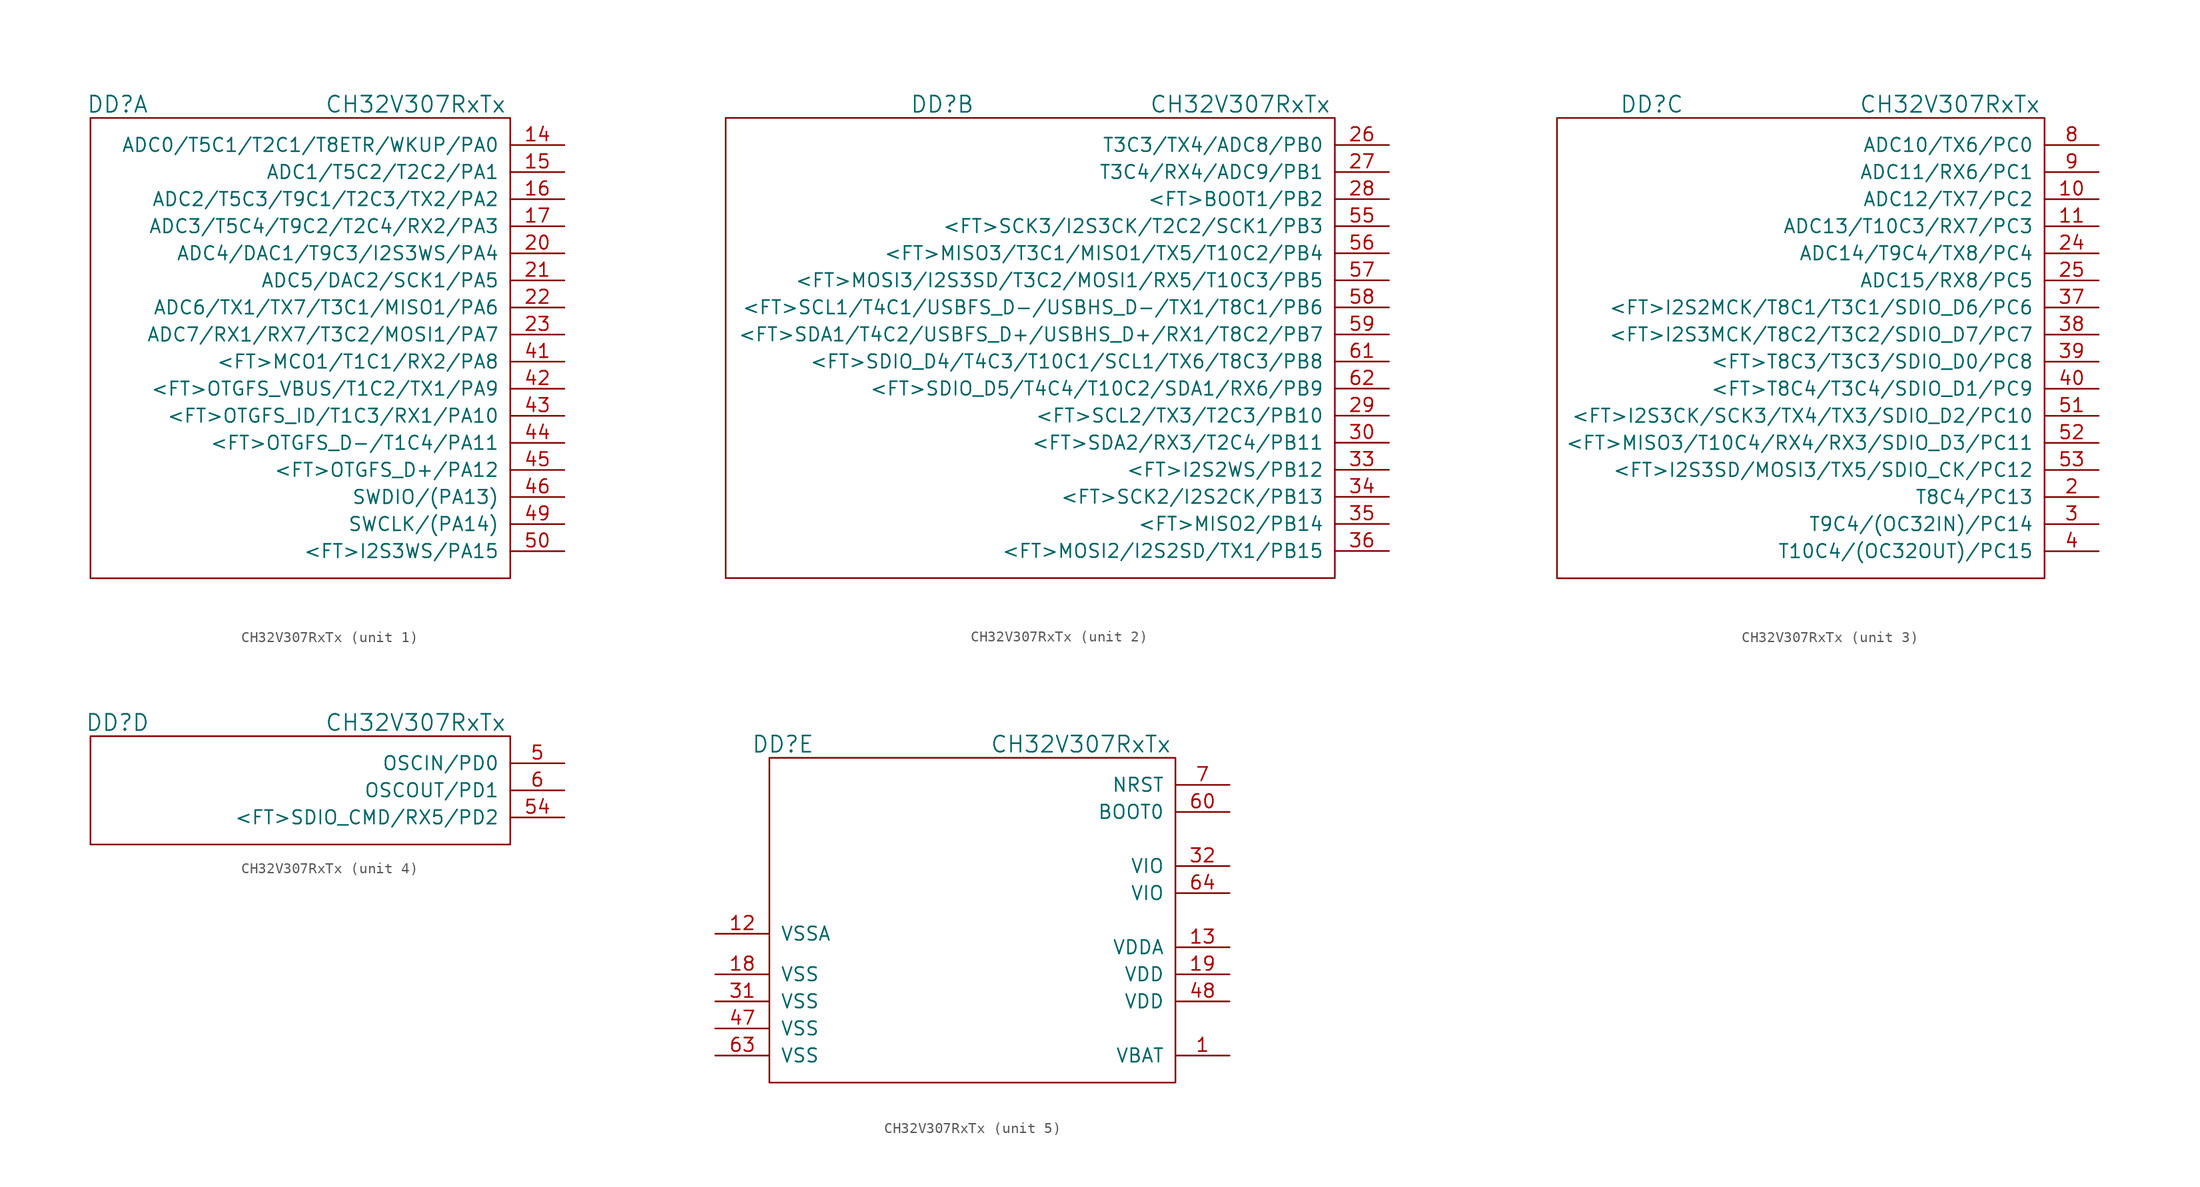
<source format=kicad_sym>
(kicad_symbol_lib
  (version 20220914)
  (generator kicad_symbol_editor)
  (symbol "CH32V307RxTx"
    (pin_names
      (offset 1.016))
    (property "Reference" "DD"
      (at -36.83 22.86 0)
      (effects (font (size 1.524 1.524))))
    (property "Value" "CH32V307RxTx"
      (at -8.89 22.86 0)
      (effects (font (size 1.524 1.524))))
    (property "ki_locked" ""
      (at 0 0 0)
      (effects (font (size 1.27 1.27))))
    (symbol "CH32V307RxTx_1_1"
      (rectangle (start -39.37 21.59) (end 0 -21.59) (stroke (width 0) (type default)) (fill (type none)))
      (pin passive line (at 5.08 19.05 180) (length 5.08) (name "ADC0/T5C1/T2C1/T8ETR/WKUP/PA0" (effects (font (size 1.27 1.27)))) (number "14" (effects (font (size 1.27 1.27)))))
      (pin passive line (at 5.08 16.51 180) (length 5.08) (name "ADC1/T5C2/T2C2/PA1" (effects (font (size 1.27 1.27)))) (number "15" (effects (font (size 1.27 1.27)))))
      (pin passive line (at 5.08 13.97 180) (length 5.08) (name "ADC2/T5C3/T9C1/T2C3/TX2/PA2" (effects (font (size 1.27 1.27)))) (number "16" (effects (font (size 1.27 1.27)))))
      (pin passive line (at 5.08 11.43 180) (length 5.08) (name "ADC3/T5C4/T9C2/T2C4/RX2/PA3" (effects (font (size 1.27 1.27)))) (number "17" (effects (font (size 1.27 1.27)))))
      (pin passive line (at 5.08 8.89 180) (length 5.08) (name "ADC4/DAC1/T9C3/I2S3WS/PA4" (effects (font (size 1.27 1.27)))) (number "20" (effects (font (size 1.27 1.27)))))
      (pin passive line (at 5.08 6.35 180) (length 5.08) (name "ADC5/DAC2/SCK1/PA5" (effects (font (size 1.27 1.27)))) (number "21" (effects (font (size 1.27 1.27)))))
      (pin passive line (at 5.08 3.81 180) (length 5.08) (name "ADC6/TX1/TX7/T3C1/MISO1/PA6" (effects (font (size 1.27 1.27)))) (number "22" (effects (font (size 1.27 1.27)))))
      (pin passive line (at 5.08 1.27 180) (length 5.08) (name "ADC7/RX1/RX7/T3C2/MOSI1/PA7" (effects (font (size 1.27 1.27)))) (number "23" (effects (font (size 1.27 1.27)))))
      (pin passive line (at 5.08 -1.27 180) (length 5.08) (name "<FT>MCO1/T1C1/RX2/PA8" (effects (font (size 1.27 1.27)))) (number "41" (effects (font (size 1.27 1.27)))))
      (pin passive line (at 5.08 -3.81 180) (length 5.08) (name "<FT>OTGFS_VBUS/T1C2/TX1/PA9" (effects (font (size 1.27 1.27)))) (number "42" (effects (font (size 1.27 1.27)))))
      (pin passive line (at 5.08 -6.35 180) (length 5.08) (name "<FT>OTGFS_ID/T1C3/RX1/PA10" (effects (font (size 1.27 1.27)))) (number "43" (effects (font (size 1.27 1.27)))))
      (pin passive line (at 5.08 -8.89 180) (length 5.08) (name "<FT>OTGFS_D-/T1C4/PA11" (effects (font (size 1.27 1.27)))) (number "44" (effects (font (size 1.27 1.27)))))
      (pin passive line (at 5.08 -11.43 180) (length 5.08) (name "<FT>OTGFS_D+/PA12" (effects (font (size 1.27 1.27)))) (number "45" (effects (font (size 1.27 1.27)))))
      (pin passive line (at 5.08 -13.97 180) (length 5.08) (name "SWDIO/(PA13)" (effects (font (size 1.27 1.27)))) (number "46" (effects (font (size 1.27 1.27)))))
      (pin passive line (at 5.08 -16.51 180) (length 5.08) (name "SWCLK/(PA14)" (effects (font (size 1.27 1.27)))) (number "49" (effects (font (size 1.27 1.27)))))
      (pin passive line (at 5.08 -19.05 180) (length 5.08) (name "<FT>I2S3WS/PA15" (effects (font (size 1.27 1.27)))) (number "50" (effects (font (size 1.27 1.27))))))
    (symbol "CH32V307RxTx_2_1"
      (rectangle (start -57.15 21.59) (end 0 -21.59) (stroke (width 0) (type default)) (fill (type none)))
      (pin passive line (at 5.08 19.05 180) (length 5.08) (name "T3C3/TX4/ADC8/PB0" (effects (font (size 1.27 1.27)))) (number "26" (effects (font (size 1.27 1.27)))))
      (pin passive line (at 5.08 16.51 180) (length 5.08) (name "T3C4/RX4/ADC9/PB1" (effects (font (size 1.27 1.27)))) (number "27" (effects (font (size 1.27 1.27)))))
      (pin passive line (at 5.08 13.97 180) (length 5.08) (name "<FT>BOOT1/PB2" (effects (font (size 1.27 1.27)))) (number "28" (effects (font (size 1.27 1.27)))))
      (pin passive line (at 5.08 -6.35 180) (length 5.08) (name "<FT>SCL2/TX3/T2C3/PB10" (effects (font (size 1.27 1.27)))) (number "29" (effects (font (size 1.27 1.27)))))
      (pin passive line (at 5.08 -8.89 180) (length 5.08) (name "<FT>SDA2/RX3/T2C4/PB11" (effects (font (size 1.27 1.27)))) (number "30" (effects (font (size 1.27 1.27)))))
      (pin passive line (at 5.08 -11.43 180) (length 5.08) (name "<FT>I2S2WS/PB12" (effects (font (size 1.27 1.27)))) (number "33" (effects (font (size 1.27 1.27)))))
      (pin passive line (at 5.08 -13.97 180) (length 5.08) (name "<FT>SCK2/I2S2CK/PB13" (effects (font (size 1.27 1.27)))) (number "34" (effects (font (size 1.27 1.27)))))
      (pin passive line (at 5.08 -16.51 180) (length 5.08) (name "<FT>MISO2/PB14" (effects (font (size 1.27 1.27)))) (number "35" (effects (font (size 1.27 1.27)))))
      (pin passive line (at 5.08 -19.05 180) (length 5.08) (name "<FT>MOSI2/I2S2SD/TX1/PB15" (effects (font (size 1.27 1.27)))) (number "36" (effects (font (size 1.27 1.27)))))
      (pin passive line (at 5.08 11.43 180) (length 5.08) (name "<FT>SCK3/I2S3CK/T2C2/SCK1/PB3" (effects (font (size 1.27 1.27)))) (number "55" (effects (font (size 1.27 1.27)))))
      (pin passive line (at 5.08 8.89 180) (length 5.08) (name "<FT>MISO3/T3C1/MISO1/TX5/T10C2/PB4" (effects (font (size 1.27 1.27)))) (number "56" (effects (font (size 1.27 1.27)))))
      (pin passive line (at 5.08 6.35 180) (length 5.08) (name "<FT>MOSI3/I2S3SD/T3C2/MOSI1/RX5/T10C3/PB5" (effects (font (size 1.27 1.27)))) (number "57" (effects (font (size 1.27 1.27)))))
      (pin passive line (at 5.08 3.81 180) (length 5.08) (name "<FT>SCL1/T4C1/USBFS_D-/USBHS_D-/TX1/T8C1/PB6" (effects (font (size 1.27 1.27)))) (number "58" (effects (font (size 1.27 1.27)))))
      (pin passive line (at 5.08 1.27 180) (length 5.08) (name "<FT>SDA1/T4C2/USBFS_D+/USBHS_D+/RX1/T8C2/PB7" (effects (font (size 1.27 1.27)))) (number "59" (effects (font (size 1.27 1.27)))))
      (pin passive line (at 5.08 -1.27 180) (length 5.08) (name "<FT>SDIO_D4/T4C3/T10C1/SCL1/TX6/T8C3/PB8" (effects (font (size 1.27 1.27)))) (number "61" (effects (font (size 1.27 1.27)))))
      (pin passive line (at 5.08 -3.81 180) (length 5.08) (name "<FT>SDIO_D5/T4C4/T10C2/SDA1/RX6/PB9" (effects (font (size 1.27 1.27)))) (number "62" (effects (font (size 1.27 1.27))))))
    (symbol "CH32V307RxTx_3_1"
      (rectangle (start -45.72 21.59) (end 0 -21.59) (stroke (width 0) (type default)) (fill (type none)))
      (pin passive line (at 5.08 13.97 180) (length 5.08) (name "ADC12/TX7/PC2" (effects (font (size 1.27 1.27)))) (number "10" (effects (font (size 1.27 1.27)))))
      (pin passive line (at 5.08 11.43 180) (length 5.08) (name "ADC13/T10C3/RX7/PC3" (effects (font (size 1.27 1.27)))) (number "11" (effects (font (size 1.27 1.27)))))
      (pin passive line (at 5.08 -13.97 180) (length 5.08) (name "T8C4/PC13" (effects (font (size 1.27 1.27)))) (number "2" (effects (font (size 1.27 1.27)))))
      (pin passive line (at 5.08 8.89 180) (length 5.08) (name "ADC14/T9C4/TX8/PC4" (effects (font (size 1.27 1.27)))) (number "24" (effects (font (size 1.27 1.27)))))
      (pin passive line (at 5.08 6.35 180) (length 5.08) (name "ADC15/RX8/PC5" (effects (font (size 1.27 1.27)))) (number "25" (effects (font (size 1.27 1.27)))))
      (pin passive line (at 5.08 -16.51 180) (length 5.08) (name "T9C4/(OC32IN)/PC14" (effects (font (size 1.27 1.27)))) (number "3" (effects (font (size 1.27 1.27)))))
      (pin passive line (at 5.08 3.81 180) (length 5.08) (name "<FT>I2S2MCK/T8C1/T3C1/SDIO_D6/PC6" (effects (font (size 1.27 1.27)))) (number "37" (effects (font (size 1.27 1.27)))))
      (pin passive line (at 5.08 1.27 180) (length 5.08) (name "<FT>I2S3MCK/T8C2/T3C2/SDIO_D7/PC7" (effects (font (size 1.27 1.27)))) (number "38" (effects (font (size 1.27 1.27)))))
      (pin passive line (at 5.08 -1.27 180) (length 5.08) (name "<FT>T8C3/T3C3/SDIO_D0/PC8" (effects (font (size 1.27 1.27)))) (number "39" (effects (font (size 1.27 1.27)))))
      (pin passive line (at 5.08 -19.05 180) (length 5.08) (name "T10C4/(OC32OUT)/PC15" (effects (font (size 1.27 1.27)))) (number "4" (effects (font (size 1.27 1.27)))))
      (pin passive line (at 5.08 -3.81 180) (length 5.08) (name "<FT>T8C4/T3C4/SDIO_D1/PC9" (effects (font (size 1.27 1.27)))) (number "40" (effects (font (size 1.27 1.27)))))
      (pin passive line (at 5.08 -6.35 180) (length 5.08) (name "<FT>I2S3CK/SCK3/TX4/TX3/SDIO_D2/PC10" (effects (font (size 1.27 1.27)))) (number "51" (effects (font (size 1.27 1.27)))))
      (pin passive line (at 5.08 -8.89 180) (length 5.08) (name "<FT>MISO3/T10C4/RX4/RX3/SDIO_D3/PC11" (effects (font (size 1.27 1.27)))) (number "52" (effects (font (size 1.27 1.27)))))
      (pin passive line (at 5.08 -11.43 180) (length 5.08) (name "<FT>I2S3SD/MOSI3/TX5/SDIO_CK/PC12" (effects (font (size 1.27 1.27)))) (number "53" (effects (font (size 1.27 1.27)))))
      (pin passive line (at 5.08 19.05 180) (length 5.08) (name "ADC10/TX6/PC0" (effects (font (size 1.27 1.27)))) (number "8" (effects (font (size 1.27 1.27)))))
      (pin passive line (at 5.08 16.51 180) (length 5.08) (name "ADC11/RX6/PC1" (effects (font (size 1.27 1.27)))) (number "9" (effects (font (size 1.27 1.27))))))
    (symbol "CH32V307RxTx_4_1"
      (rectangle (start -39.37 21.59) (end 0 11.43) (stroke (width 0) (type default)) (fill (type none)))
      (pin passive line (at 5.08 19.05 180) (length 5.08) (name "OSCIN/PD0" (effects (font (size 1.27 1.27)))) (number "5" (effects (font (size 1.27 1.27)))))
      (pin passive line (at 5.08 13.97 180) (length 5.08) (name "<FT>SDIO_CMD/RX5/PD2" (effects (font (size 1.27 1.27)))) (number "54" (effects (font (size 1.27 1.27)))))
      (pin passive line (at 5.08 16.51 180) (length 5.08) (name "OSCOUT/PD1" (effects (font (size 1.27 1.27)))) (number "6" (effects (font (size 1.27 1.27))))))
    (symbol "CH32V307RxTx_5_1"
      (rectangle (start -38.1 21.59) (end 0 -8.89) (stroke (width 0) (type default)) (fill (type none)))
      (pin power_in line (at 5.08 -6.35 180) (length 5.08) (name "VBAT" (effects (font (size 1.27 1.27)))) (number "1" (effects (font (size 1.27 1.27)))))
      (pin power_in line (at -43.18 5.08 0) (length 5.08) (name "VSSA" (effects (font (size 1.27 1.27)))) (number "12" (effects (font (size 1.27 1.27)))))
      (pin power_in line (at 5.08 3.81 180) (length 5.08) (name "VDDA" (effects (font (size 1.27 1.27)))) (number "13" (effects (font (size 1.27 1.27)))))
      (pin power_in line (at -43.18 1.27 0) (length 5.08) (name "VSS" (effects (font (size 1.27 1.27)))) (number "18" (effects (font (size 1.27 1.27)))))
      (pin power_in line (at 5.08 1.27 180) (length 5.08) (name "VDD" (effects (font (size 1.27 1.27)))) (number "19" (effects (font (size 1.27 1.27)))))
      (pin power_in line (at -43.18 -1.27 0) (length 5.08) (name "VSS" (effects (font (size 1.27 1.27)))) (number "31" (effects (font (size 1.27 1.27)))))
      (pin power_in line (at 5.08 11.43 180) (length 5.08) (name "VIO" (effects (font (size 1.27 1.27)))) (number "32" (effects (font (size 1.27 1.27)))))
      (pin power_in line (at -43.18 -3.81 0) (length 5.08) (name "VSS" (effects (font (size 1.27 1.27)))) (number "47" (effects (font (size 1.27 1.27)))))
      (pin power_in line (at 5.08 -1.27 180) (length 5.08) (name "VDD" (effects (font (size 1.27 1.27)))) (number "48" (effects (font (size 1.27 1.27)))))
      (pin passive line (at 5.08 16.51 180) (length 5.08) (name "BOOT0" (effects (font (size 1.27 1.27)))) (number "60" (effects (font (size 1.27 1.27)))))
      (pin power_in line (at -43.18 -6.35 0) (length 5.08) (name "VSS" (effects (font (size 1.27 1.27)))) (number "63" (effects (font (size 1.27 1.27)))))
      (pin power_in line (at 5.08 8.89 180) (length 5.08) (name "VIO" (effects (font (size 1.27 1.27)))) (number "64" (effects (font (size 1.27 1.27)))))
      (pin passive line (at 5.08 19.05 180) (length 5.08) (name "NRST" (effects (font (size 1.27 1.27)))) (number "7" (effects (font (size 1.27 1.27))))))))
</source>
